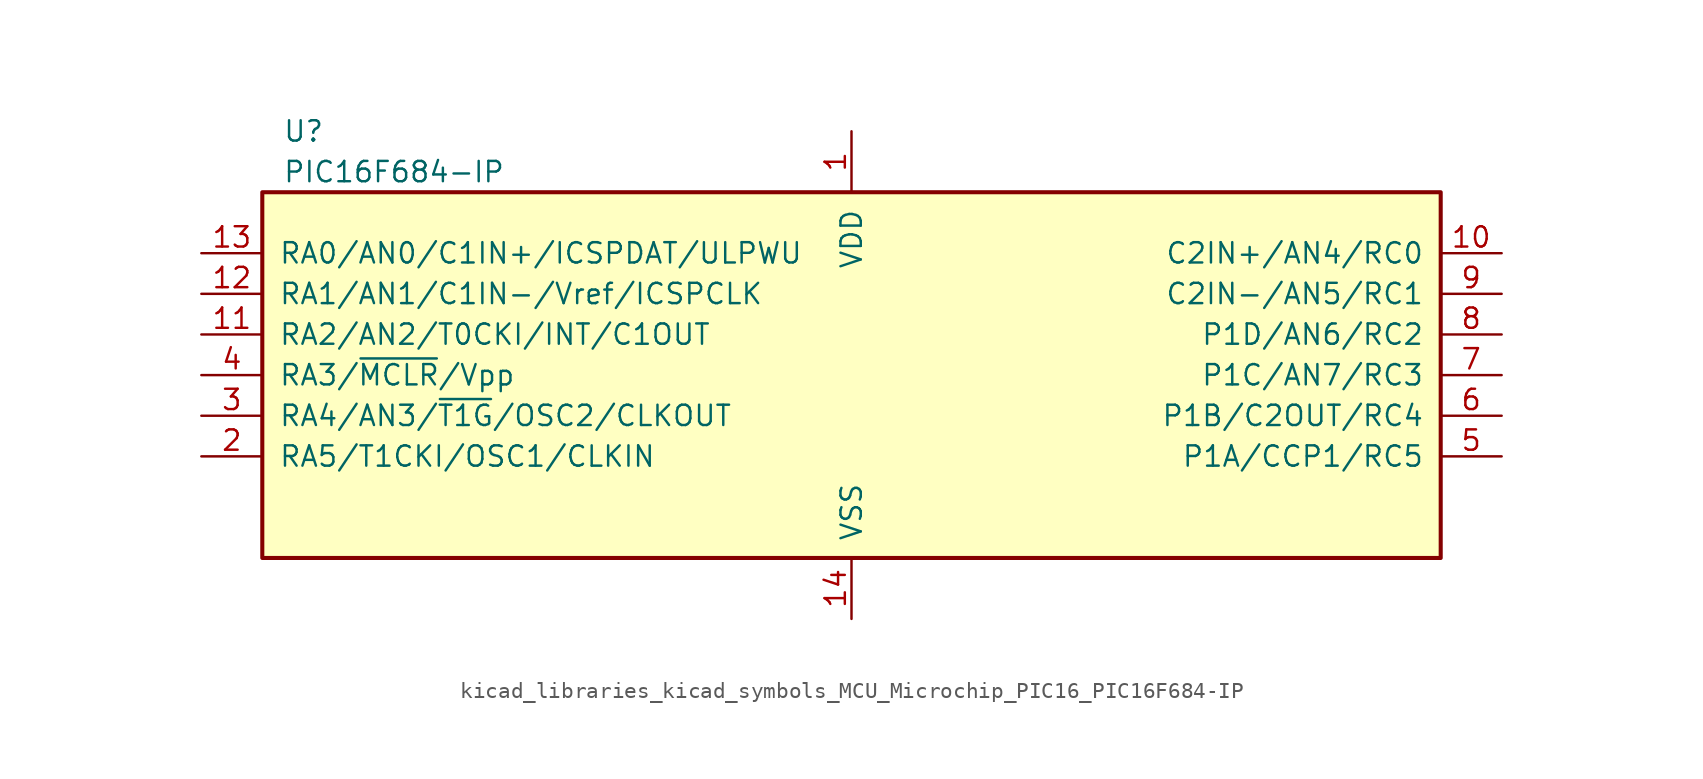
<source format=kicad_sym>
(kicad_symbol_lib
  (version 20220914)
  (generator kicad_symbol_editor)
  (symbol "kicad_libraries_kicad_symbols_MCU_Microchip_PIC16_PIC16F684-IP"
    (pin_names
      (offset 1.016))
    (property "Reference" "U"
      (at -35.56 15.24 0)
      (effects (font (size 1.27 1.27)) (justify left)))
    (property "Value" "PIC16F684-IP"
      (at -35.56 12.7 0)
      (effects (font (size 1.27 1.27)) (justify left)))
    (symbol "kicad_libraries_kicad_symbols_MCU_Microchip_PIC16_PIC16F684-IP_0_1"
      (rectangle (start -36.83 11.43) (end 36.83 -11.43) (stroke (width 0.254) (type default)) (fill (type background))))
    (symbol "kicad_libraries_kicad_symbols_MCU_Microchip_PIC16_PIC16F684-IP_1_1"
      (pin power_in line (at 0 15.24 270) (length 3.81) (name "VDD" (effects (font (size 1.27 1.27)))) (number "1" (effects (font (size 1.27 1.27)))))
      (pin bidirectional line (at 40.64 7.62 180) (length 3.81) (name "C2IN+/AN4/RC0" (effects (font (size 1.27 1.27)))) (number "10" (effects (font (size 1.27 1.27)))))
      (pin bidirectional line (at -40.64 2.54 0) (length 3.81) (name "RA2/AN2/T0CKI/INT/C1OUT" (effects (font (size 1.27 1.27)))) (number "11" (effects (font (size 1.27 1.27)))))
      (pin bidirectional line (at -40.64 5.08 0) (length 3.81) (name "RA1/AN1/C1IN-/Vref/ICSPCLK" (effects (font (size 1.27 1.27)))) (number "12" (effects (font (size 1.27 1.27)))))
      (pin bidirectional line (at -40.64 7.62 0) (length 3.81) (name "RA0/AN0/C1IN+/ICSPDAT/ULPWU" (effects (font (size 1.27 1.27)))) (number "13" (effects (font (size 1.27 1.27)))))
      (pin power_in line (at 0 -15.24 90) (length 3.81) (name "VSS" (effects (font (size 1.27 1.27)))) (number "14" (effects (font (size 1.27 1.27)))))
      (pin bidirectional line (at -40.64 -5.08 0) (length 3.81) (name "RA5/T1CKI/OSC1/CLKIN" (effects (font (size 1.27 1.27)))) (number "2" (effects (font (size 1.27 1.27)))))
      (pin bidirectional line (at -40.64 -2.54 0) (length 3.81) (name "RA4/AN3/~{T1G}/OSC2/CLKOUT" (effects (font (size 1.27 1.27)))) (number "3" (effects (font (size 1.27 1.27)))))
      (pin input line (at -40.64 0 0) (length 3.81) (name "RA3/~{MCLR}/Vpp" (effects (font (size 1.27 1.27)))) (number "4" (effects (font (size 1.27 1.27)))))
      (pin bidirectional line (at 40.64 -5.08 180) (length 3.81) (name "P1A/CCP1/RC5" (effects (font (size 1.27 1.27)))) (number "5" (effects (font (size 1.27 1.27)))))
      (pin bidirectional line (at 40.64 -2.54 180) (length 3.81) (name "P1B/C2OUT/RC4" (effects (font (size 1.27 1.27)))) (number "6" (effects (font (size 1.27 1.27)))))
      (pin bidirectional line (at 40.64 0 180) (length 3.81) (name "P1C/AN7/RC3" (effects (font (size 1.27 1.27)))) (number "7" (effects (font (size 1.27 1.27)))))
      (pin bidirectional line (at 40.64 2.54 180) (length 3.81) (name "P1D/AN6/RC2" (effects (font (size 1.27 1.27)))) (number "8" (effects (font (size 1.27 1.27)))))
      (pin bidirectional line (at 40.64 5.08 180) (length 3.81) (name "C2IN-/AN5/RC1" (effects (font (size 1.27 1.27)))) (number "9" (effects (font (size 1.27 1.27))))))))
</source>
